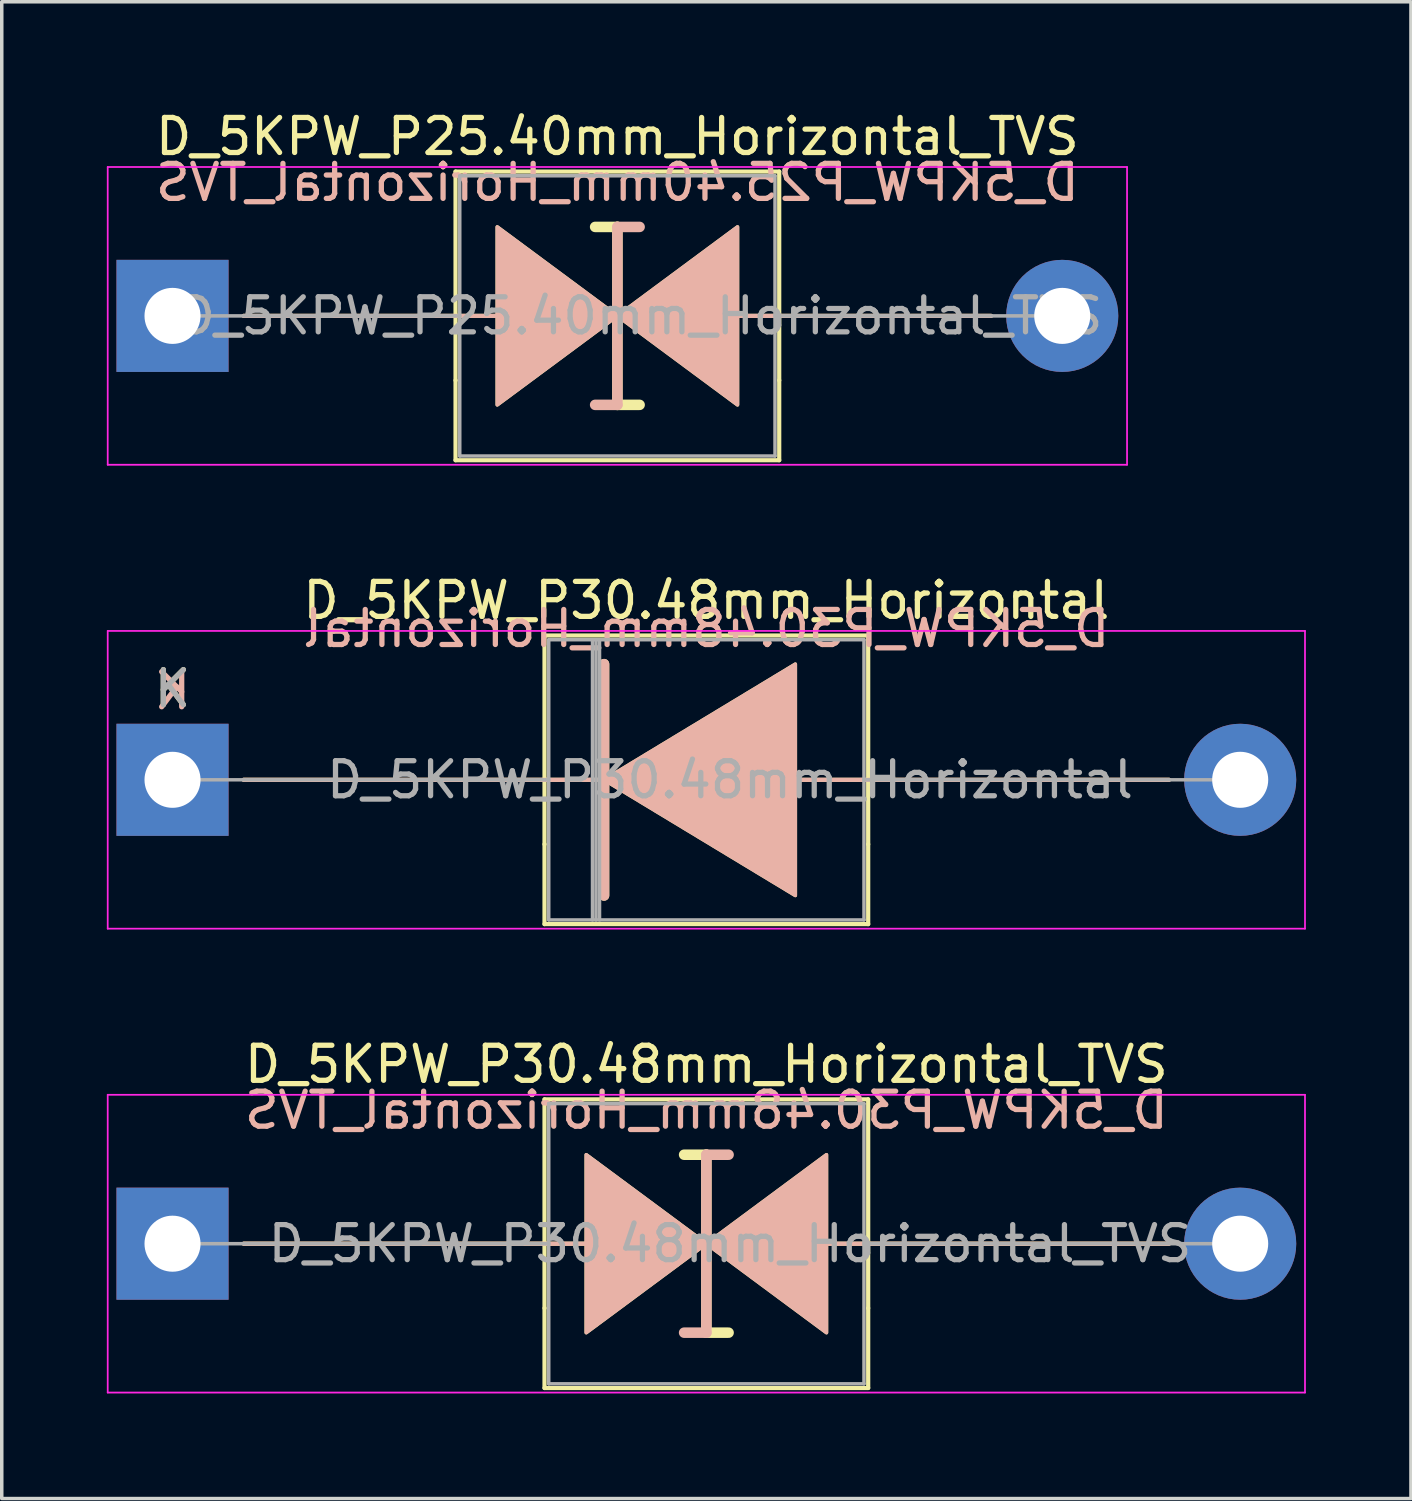
<source format=kicad_pcb>
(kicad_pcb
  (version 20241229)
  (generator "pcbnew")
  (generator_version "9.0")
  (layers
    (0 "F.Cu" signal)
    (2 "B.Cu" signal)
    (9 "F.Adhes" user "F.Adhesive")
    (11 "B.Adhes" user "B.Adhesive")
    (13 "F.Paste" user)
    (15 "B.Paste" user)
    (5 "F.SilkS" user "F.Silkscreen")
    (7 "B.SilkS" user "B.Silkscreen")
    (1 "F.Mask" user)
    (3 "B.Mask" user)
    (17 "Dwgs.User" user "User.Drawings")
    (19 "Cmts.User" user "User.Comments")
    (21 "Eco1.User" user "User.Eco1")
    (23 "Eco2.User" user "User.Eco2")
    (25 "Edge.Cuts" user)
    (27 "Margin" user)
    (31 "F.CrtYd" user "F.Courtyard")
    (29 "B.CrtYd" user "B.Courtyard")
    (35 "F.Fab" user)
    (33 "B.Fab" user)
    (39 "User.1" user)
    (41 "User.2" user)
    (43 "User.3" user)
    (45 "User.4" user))
  (footprint "D_5KPW_P25.40mm_Horizontal_TVS"
    (layer "F.Cu")
    (at 1.875 5.968)
    (property "Reference" "D_5KPW_P25.40mm_Horizontal_TVS" (at 12.7 -5.12 0) (layer "F.SilkS") (effects (font (size 1 1) (thickness 0.15))))
    (fp_line (start 8.08 -4.12) (end 17.32 -4.12) (stroke (width 0.12) (type solid)) (layer "F.SilkS"))
    (fp_line (start 8.08 1.84) (end 8.08 -4.12) (stroke (width 0.12) (type solid)) (layer "F.SilkS"))
    (fp_line (start 8.08 1.84) (end 8.08 4.12) (stroke (width 0.12) (type solid)) (layer "F.SilkS"))
    (fp_line (start 8.08 4.12) (end 17.32 4.12) (stroke (width 0.12) (type solid)) (layer "F.SilkS"))
    (fp_line (start 9.271 0) (end 2.032 0) (stroke (width 0.12) (type solid)) (layer "F.SilkS"))
    (fp_line (start 12.7 -2.54) (end 12.065 -2.54) (stroke (width 0.3) (type solid)) (layer "F.SilkS"))
    (fp_line (start 12.7 2.54) (end 12.7 -2.54) (stroke (width 0.3) (type solid)) (layer "F.SilkS"))
    (fp_line (start 13.335 2.54) (end 12.7 2.54) (stroke (width 0.3) (type solid)) (layer "F.SilkS"))
    (fp_line (start 17.32 -4.12) (end 17.32 1.84) (stroke (width 0.12) (type solid)) (layer "F.SilkS"))
    (fp_line (start 17.32 4.12) (end 17.32 1.84) (stroke (width 0.12) (type solid)) (layer "F.SilkS"))
    (fp_line (start 23.368 0) (end 16.129 0) (stroke (width 0.12) (type solid)) (layer "F.SilkS"))
    (fp_poly (pts (xy 12.7 0) (xy 9.271 2.54) (xy 9.271 -2.54)) (stroke (width 0.1) (type solid)) (fill yes) (layer "F.SilkS"))
    (fp_poly (pts (xy 12.7 0) (xy 16.129 -2.54) (xy 16.129 2.54)) (stroke (width 0.1) (type solid)) (fill yes) (layer "F.SilkS"))
    (fp_line (start 9.271 0) (end 2.032 0) (stroke (width 0.12) (type solid)) (layer "B.SilkS"))
    (fp_line (start 12.7 -2.54) (end 12.7 2.54) (stroke (width 0.3) (type solid)) (layer "B.SilkS"))
    (fp_line (start 12.7 2.54) (end 12.065 2.54) (stroke (width 0.3) (type solid)) (layer "B.SilkS"))
    (fp_line (start 13.335 -2.54) (end 12.7 -2.54) (stroke (width 0.3) (type solid)) (layer "B.SilkS"))
    (fp_line (start 23.368 0) (end 16.129 0) (stroke (width 0.12) (type solid)) (layer "B.SilkS"))
    (fp_poly (pts (xy 12.7 0) (xy 9.271 -2.54) (xy 9.271 2.54)) (stroke (width 0.1) (type solid)) (fill yes) (layer "B.SilkS"))
    (fp_poly (pts (xy 12.7 0) (xy 16.129 2.54) (xy 16.129 -2.54)) (stroke (width 0.1) (type solid)) (fill yes) (layer "B.SilkS"))
    (fp_line (start -1.85 -4.25) (end -1.85 4.25) (stroke (width 0.05) (type solid)) (layer "F.CrtYd"))
    (fp_line (start -1.85 4.25) (end 27.25 4.25) (stroke (width 0.05) (type solid)) (layer "F.CrtYd"))
    (fp_line (start 27.25 -4.25) (end -1.85 -4.25) (stroke (width 0.05) (type solid)) (layer "F.CrtYd"))
    (fp_line (start 27.25 4.25) (end 27.25 -4.25) (stroke (width 0.05) (type solid)) (layer "F.CrtYd"))
    (fp_line (start 0 0) (end 8.2 0) (stroke (width 0.1) (type solid)) (layer "F.Fab"))
    (fp_line (start 8.2 -4) (end 8.2 4) (stroke (width 0.1) (type solid)) (layer "F.Fab"))
    (fp_line (start 8.2 4) (end 17.2 4) (stroke (width 0.1) (type solid)) (layer "F.Fab"))
    (fp_line (start 17.2 -4) (end 8.2 -4) (stroke (width 0.1) (type solid)) (layer "F.Fab"))
    (fp_line (start 17.2 4) (end 17.2 -4) (stroke (width 0.1) (type solid)) (layer "F.Fab"))
    (fp_line (start 25.4 0) (end 17.2 0) (stroke (width 0.1) (type solid)) (layer "F.Fab"))
    (fp_text user "${REFERENCE}" (at 12.7 -3.81 0) (layer "B.SilkS") (effects (font (size 1 1) (thickness 0.15)) (justify mirror)))
    (fp_text user "${REFERENCE}" (at 13.375 0 0) (layer "F.Fab") (effects (font (size 1 1) (thickness 0.15))))
    (pad "1" thru_hole rect (at 0 0) (size 3.2 3.2) (drill 1.6) (layers "*.Cu" "*.Mask"))
    (pad "2" thru_hole oval (at 25.4 0) (size 3.2 3.2) (drill 1.6) (layers "*.Cu" "*.Mask")))
  (footprint "D_5KPW_P30.48mm_Horizontal"
    (layer "F.Cu")
    (at 1.875 19.212)
    (property "Reference" "D_5KPW_P30.48mm_Horizontal" (at 15.24 -5.12 0) (layer "F.SilkS") (effects (font (size 1 1) (thickness 0.15))))
    (fp_line (start 2.032 0) (end 12.319 0) (stroke (width 0.12) (type solid)) (layer "F.SilkS"))
    (fp_line (start 10.62 -4.12) (end 19.86 -4.12) (stroke (width 0.12) (type solid)) (layer "F.SilkS"))
    (fp_line (start 10.62 1.84) (end 10.62 -4.12) (stroke (width 0.12) (type solid)) (layer "F.SilkS"))
    (fp_line (start 10.62 1.84) (end 10.62 4.12) (stroke (width 0.12) (type solid)) (layer "F.SilkS"))
    (fp_line (start 10.62 4.12) (end 19.86 4.12) (stroke (width 0.12) (type solid)) (layer "F.SilkS"))
    (fp_line (start 12.319 -3.302) (end 12.319 3.302) (stroke (width 0.3) (type solid)) (layer "F.SilkS"))
    (fp_line (start 19.86 -4.12) (end 19.86 1.84) (stroke (width 0.12) (type solid)) (layer "F.SilkS"))
    (fp_line (start 19.86 4.12) (end 19.86 1.84) (stroke (width 0.12) (type solid)) (layer "F.SilkS"))
    (fp_line (start 28.448 0) (end 17.29 0) (stroke (width 0.12) (type solid)) (layer "F.SilkS"))
    (fp_poly (pts (xy 17.78 3.302) (xy 12.319 0) (xy 17.78 -3.302)) (stroke (width 0.1) (type solid)) (fill yes) (layer "F.SilkS"))
    (fp_line (start 2.032 0) (end 12.319 0) (stroke (width 0.12) (type solid)) (layer "B.SilkS"))
    (fp_line (start 12.319 3.302) (end 12.319 -3.302) (stroke (width 0.3) (type solid)) (layer "B.SilkS"))
    (fp_line (start 28.448 0) (end 17.29 0) (stroke (width 0.12) (type solid)) (layer "B.SilkS"))
    (fp_poly (pts (xy 17.78 -3.302) (xy 12.319 0) (xy 17.78 3.302)) (stroke (width 0.1) (type solid)) (fill yes) (layer "B.SilkS"))
    (fp_line (start -1.85 -4.25) (end -1.85 4.25) (stroke (width 0.05) (type solid)) (layer "F.CrtYd"))
    (fp_line (start -1.85 4.25) (end 32.33 4.25) (stroke (width 0.05) (type solid)) (layer "F.CrtYd"))
    (fp_line (start 32.33 -4.25) (end -1.85 -4.25) (stroke (width 0.05) (type solid)) (layer "F.CrtYd"))
    (fp_line (start 32.33 4.25) (end 32.33 -4.25) (stroke (width 0.05) (type solid)) (layer "F.CrtYd"))
    (fp_line (start 0 0) (end 10.74 0) (stroke (width 0.1) (type solid)) (layer "F.Fab"))
    (fp_line (start 10.74 -4) (end 10.74 4) (stroke (width 0.1) (type solid)) (layer "F.Fab"))
    (fp_line (start 10.74 4) (end 19.74 4) (stroke (width 0.1) (type solid)) (layer "F.Fab"))
    (fp_line (start 11.99 -4) (end 11.99 4) (stroke (width 0.1) (type solid)) (layer "F.Fab"))
    (fp_line (start 12.09 -4) (end 12.09 4) (stroke (width 0.1) (type solid)) (layer "F.Fab"))
    (fp_line (start 12.19 -4) (end 12.19 4) (stroke (width 0.1) (type solid)) (layer "F.Fab"))
    (fp_line (start 19.74 -4) (end 10.74 -4) (stroke (width 0.1) (type solid)) (layer "F.Fab"))
    (fp_line (start 19.74 4) (end 19.74 -4) (stroke (width 0.1) (type solid)) (layer "F.Fab"))
    (fp_line (start 30.48 0) (end 19.74 0) (stroke (width 0.1) (type solid)) (layer "F.Fab"))
    (fp_text user "K" (at 0 -2.6 0) (layer "F.SilkS") (effects (font (size 1 1) (thickness 0.15))))
    (fp_text user "K" (at 0 -2.54 0) (layer "B.SilkS") (effects (font (size 1 1) (thickness 0.15)) (justify mirror)))
    (fp_text user "${REFERENCE}" (at 15.24 -4.318 0) (layer "B.SilkS") (effects (font (size 1 1) (thickness 0.15)) (justify mirror)))
    (fp_text user "${REFERENCE}" (at 15.915 0 0) (layer "F.Fab") (effects (font (size 1 1) (thickness 0.15))))
    (fp_text user "K" (at 0 -2.6 0) (layer "F.Fab") (effects (font (size 1 1) (thickness 0.15))))
    (pad "1" thru_hole rect (at 0 0) (size 3.2 3.2) (drill 1.6) (layers "*.Cu" "*.Mask"))
    (pad "2" thru_hole oval (at 30.48 0) (size 3.2 3.2) (drill 1.6) (layers "*.Cu" "*.Mask")))
  (footprint "D_5KPW_P30.48mm_Horizontal_TVS"
    (layer "F.Cu")
    (at 1.875 32.455)
    (property "Reference" "D_5KPW_P30.48mm_Horizontal_TVS" (at 15.24 -5.12 0) (layer "F.SilkS") (effects (font (size 1 1) (thickness 0.15))))
    (fp_line (start 10.62 -4.12) (end 19.86 -4.12) (stroke (width 0.12) (type solid)) (layer "F.SilkS"))
    (fp_line (start 10.62 1.84) (end 10.62 -4.12) (stroke (width 0.12) (type solid)) (layer "F.SilkS"))
    (fp_line (start 10.62 1.84) (end 10.62 4.12) (stroke (width 0.12) (type solid)) (layer "F.SilkS"))
    (fp_line (start 10.62 4.12) (end 19.86 4.12) (stroke (width 0.12) (type solid)) (layer "F.SilkS"))
    (fp_line (start 11.811 0) (end 2.032 0) (stroke (width 0.12) (type solid)) (layer "F.SilkS"))
    (fp_line (start 15.24 -2.54) (end 14.605 -2.54) (stroke (width 0.3) (type solid)) (layer "F.SilkS"))
    (fp_line (start 15.24 2.54) (end 15.24 -2.54) (stroke (width 0.3) (type solid)) (layer "F.SilkS"))
    (fp_line (start 15.875 2.54) (end 15.24 2.54) (stroke (width 0.3) (type solid)) (layer "F.SilkS"))
    (fp_line (start 19.86 -4.12) (end 19.86 1.84) (stroke (width 0.12) (type solid)) (layer "F.SilkS"))
    (fp_line (start 19.86 4.12) (end 19.86 1.84) (stroke (width 0.12) (type solid)) (layer "F.SilkS"))
    (fp_line (start 28.448 0) (end 18.669 0) (stroke (width 0.12) (type solid)) (layer "F.SilkS"))
    (fp_poly (pts (xy 15.24 0) (xy 11.811 2.54) (xy 11.811 -2.54)) (stroke (width 0.1) (type solid)) (fill yes) (layer "F.SilkS"))
    (fp_poly (pts (xy 15.24 0) (xy 18.669 -2.54) (xy 18.669 2.54)) (stroke (width 0.1) (type solid)) (fill yes) (layer "F.SilkS"))
    (fp_line (start 11.811 0) (end 2.032 0) (stroke (width 0.12) (type solid)) (layer "B.SilkS"))
    (fp_line (start 15.24 -2.54) (end 15.24 2.54) (stroke (width 0.3) (type solid)) (layer "B.SilkS"))
    (fp_line (start 15.24 2.54) (end 14.605 2.54) (stroke (width 0.3) (type solid)) (layer "B.SilkS"))
    (fp_line (start 15.875 -2.54) (end 15.24 -2.54) (stroke (width 0.3) (type solid)) (layer "B.SilkS"))
    (fp_line (start 28.448 0) (end 18.669 0) (stroke (width 0.12) (type solid)) (layer "B.SilkS"))
    (fp_poly (pts (xy 15.24 0) (xy 11.811 -2.54) (xy 11.811 2.54)) (stroke (width 0.1) (type solid)) (fill yes) (layer "B.SilkS"))
    (fp_poly (pts (xy 15.24 0) (xy 18.669 2.54) (xy 18.669 -2.54)) (stroke (width 0.1) (type solid)) (fill yes) (layer "B.SilkS"))
    (fp_line (start -1.85 -4.25) (end -1.85 4.25) (stroke (width 0.05) (type solid)) (layer "F.CrtYd"))
    (fp_line (start -1.85 4.25) (end 32.33 4.25) (stroke (width 0.05) (type solid)) (layer "F.CrtYd"))
    (fp_line (start 32.33 -4.25) (end -1.85 -4.25) (stroke (width 0.05) (type solid)) (layer "F.CrtYd"))
    (fp_line (start 32.33 4.25) (end 32.33 -4.25) (stroke (width 0.05) (type solid)) (layer "F.CrtYd"))
    (fp_line (start 0 0) (end 10.74 0) (stroke (width 0.1) (type solid)) (layer "F.Fab"))
    (fp_line (start 10.74 -4) (end 10.74 4) (stroke (width 0.1) (type solid)) (layer "F.Fab"))
    (fp_line (start 10.74 4) (end 19.74 4) (stroke (width 0.1) (type solid)) (layer "F.Fab"))
    (fp_line (start 19.74 -4) (end 10.74 -4) (stroke (width 0.1) (type solid)) (layer "F.Fab"))
    (fp_line (start 19.74 4) (end 19.74 -4) (stroke (width 0.1) (type solid)) (layer "F.Fab"))
    (fp_line (start 30.48 0) (end 19.74 0) (stroke (width 0.1) (type solid)) (layer "F.Fab"))
    (fp_text user "${REFERENCE}" (at 15.24 -3.81 0) (layer "B.SilkS") (effects (font (size 1 1) (thickness 0.15)) (justify mirror)))
    (fp_text user "${REFERENCE}" (at 15.915 0 0) (layer "F.Fab") (effects (font (size 1 1) (thickness 0.15))))
    (pad "1" thru_hole rect (at 0 0) (size 3.2 3.2) (drill 1.6) (layers "*.Cu" "*.Mask"))
    (pad "2" thru_hole oval (at 30.48 0) (size 3.2 3.2) (drill 1.6) (layers "*.Cu" "*.Mask")))
  (gr_rect
    (start -3 -3)
    (end 37.23 39.73)
    (stroke (width 0.1) (type default))
    (fill no)
    (layer "Edge.Cuts")))
</source>
